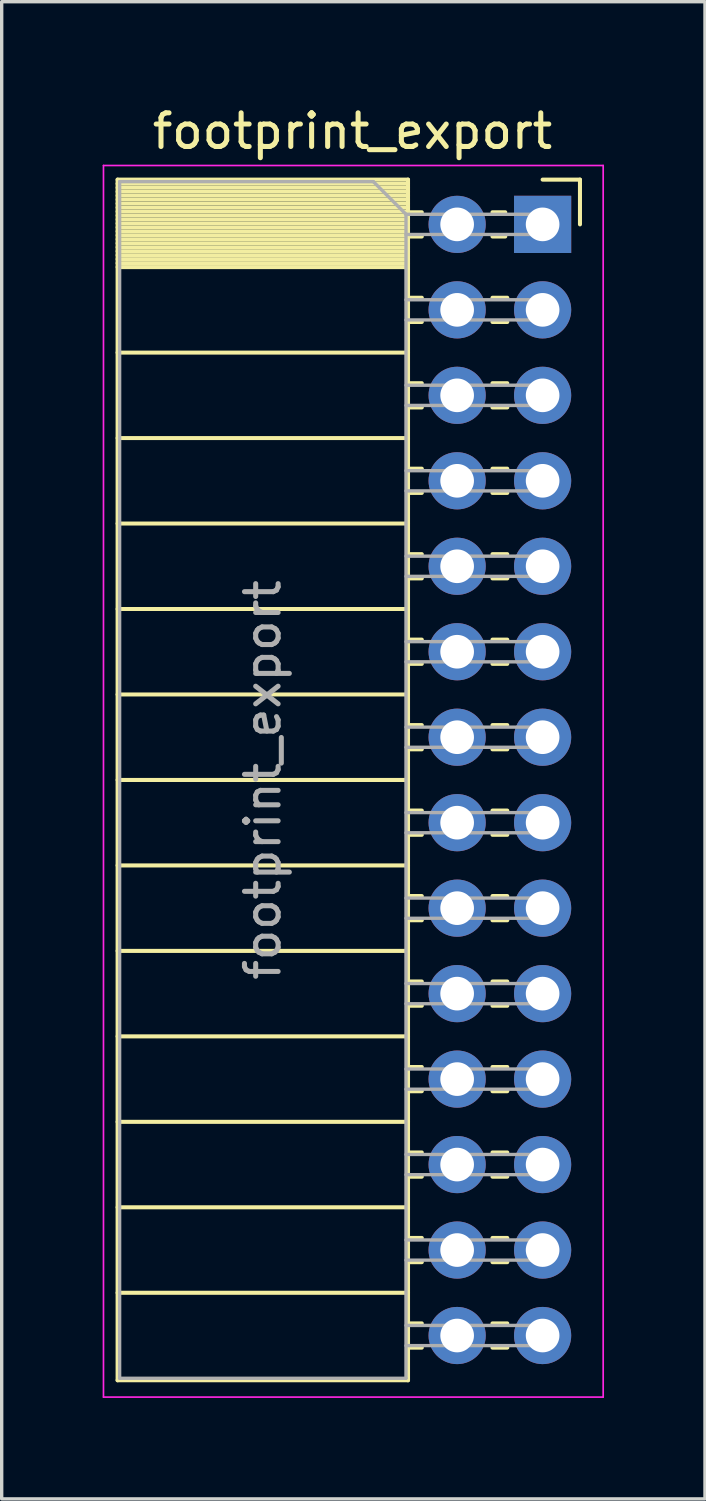
<source format=kicad_pcb>
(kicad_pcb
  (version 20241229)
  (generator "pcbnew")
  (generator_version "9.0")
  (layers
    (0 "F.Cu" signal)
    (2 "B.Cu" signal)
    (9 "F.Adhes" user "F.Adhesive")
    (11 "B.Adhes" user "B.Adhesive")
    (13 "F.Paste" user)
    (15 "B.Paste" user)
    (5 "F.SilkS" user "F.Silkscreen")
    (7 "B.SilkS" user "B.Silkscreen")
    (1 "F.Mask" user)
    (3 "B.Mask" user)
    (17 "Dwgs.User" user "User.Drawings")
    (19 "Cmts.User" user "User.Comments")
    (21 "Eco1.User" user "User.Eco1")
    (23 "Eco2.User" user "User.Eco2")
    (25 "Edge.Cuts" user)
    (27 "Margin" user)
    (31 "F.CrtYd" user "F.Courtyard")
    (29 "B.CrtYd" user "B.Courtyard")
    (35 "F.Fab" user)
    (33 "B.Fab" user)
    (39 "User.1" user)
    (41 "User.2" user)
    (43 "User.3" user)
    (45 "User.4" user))
  (footprint "footprint_export"
    (layer "F.Cu")
    (at 13.075 3.618)
    (property "Reference" "footprint_export" (at -5.65 -2.77 0) (layer "F.SilkS") (effects (font (size 1 1) (thickness 0.15))))
    (attr through_hole)
    (fp_line (start -12.63 -1.33) (end -12.63 34.35) (stroke (width 0.12) (type solid)) (layer "F.SilkS"))
    (fp_line (start -12.63 -1.33) (end -4 -1.33) (stroke (width 0.12) (type solid)) (layer "F.SilkS"))
    (fp_line (start -12.63 -1.21) (end -4 -1.21) (stroke (width 0.12) (type solid)) (layer "F.SilkS"))
    (fp_line (start -12.63 -1.092) (end -4 -1.092) (stroke (width 0.12) (type solid)) (layer "F.SilkS"))
    (fp_line (start -12.63 -0.974) (end -4 -0.974) (stroke (width 0.12) (type solid)) (layer "F.SilkS"))
    (fp_line (start -12.63 -0.856) (end -4 -0.856) (stroke (width 0.12) (type solid)) (layer "F.SilkS"))
    (fp_line (start -12.63 -0.738) (end -4 -0.738) (stroke (width 0.12) (type solid)) (layer "F.SilkS"))
    (fp_line (start -12.63 -0.62) (end -4 -0.62) (stroke (width 0.12) (type solid)) (layer "F.SilkS"))
    (fp_line (start -12.63 -0.501) (end -4 -0.501) (stroke (width 0.12) (type solid)) (layer "F.SilkS"))
    (fp_line (start -12.63 -0.383) (end -4 -0.383) (stroke (width 0.12) (type solid)) (layer "F.SilkS"))
    (fp_line (start -12.63 -0.265) (end -4 -0.265) (stroke (width 0.12) (type solid)) (layer "F.SilkS"))
    (fp_line (start -12.63 -0.147) (end -4 -0.147) (stroke (width 0.12) (type solid)) (layer "F.SilkS"))
    (fp_line (start -12.63 -0.029) (end -4 -0.029) (stroke (width 0.12) (type solid)) (layer "F.SilkS"))
    (fp_line (start -12.63 0.089) (end -4 0.089) (stroke (width 0.12) (type solid)) (layer "F.SilkS"))
    (fp_line (start -12.63 0.207) (end -4 0.207) (stroke (width 0.12) (type solid)) (layer "F.SilkS"))
    (fp_line (start -12.63 0.325) (end -4 0.325) (stroke (width 0.12) (type solid)) (layer "F.SilkS"))
    (fp_line (start -12.63 0.443) (end -4 0.443) (stroke (width 0.12) (type solid)) (layer "F.SilkS"))
    (fp_line (start -12.63 0.561) (end -4 0.561) (stroke (width 0.12) (type solid)) (layer "F.SilkS"))
    (fp_line (start -12.63 0.68) (end -4 0.68) (stroke (width 0.12) (type solid)) (layer "F.SilkS"))
    (fp_line (start -12.63 0.798) (end -4 0.798) (stroke (width 0.12) (type solid)) (layer "F.SilkS"))
    (fp_line (start -12.63 0.916) (end -4 0.916) (stroke (width 0.12) (type solid)) (layer "F.SilkS"))
    (fp_line (start -12.63 1.034) (end -4 1.034) (stroke (width 0.12) (type solid)) (layer "F.SilkS"))
    (fp_line (start -12.63 1.152) (end -4 1.152) (stroke (width 0.12) (type solid)) (layer "F.SilkS"))
    (fp_line (start -12.63 1.27) (end -4 1.27) (stroke (width 0.12) (type solid)) (layer "F.SilkS"))
    (fp_line (start -12.63 3.81) (end -4 3.81) (stroke (width 0.12) (type solid)) (layer "F.SilkS"))
    (fp_line (start -12.63 6.35) (end -4 6.35) (stroke (width 0.12) (type solid)) (layer "F.SilkS"))
    (fp_line (start -12.63 8.89) (end -4 8.89) (stroke (width 0.12) (type solid)) (layer "F.SilkS"))
    (fp_line (start -12.63 11.43) (end -4 11.43) (stroke (width 0.12) (type solid)) (layer "F.SilkS"))
    (fp_line (start -12.63 13.97) (end -4 13.97) (stroke (width 0.12) (type solid)) (layer "F.SilkS"))
    (fp_line (start -12.63 16.51) (end -4 16.51) (stroke (width 0.12) (type solid)) (layer "F.SilkS"))
    (fp_line (start -12.63 19.05) (end -4 19.05) (stroke (width 0.12) (type solid)) (layer "F.SilkS"))
    (fp_line (start -12.63 21.59) (end -4 21.59) (stroke (width 0.12) (type solid)) (layer "F.SilkS"))
    (fp_line (start -12.63 24.13) (end -4 24.13) (stroke (width 0.12) (type solid)) (layer "F.SilkS"))
    (fp_line (start -12.63 26.67) (end -4 26.67) (stroke (width 0.12) (type solid)) (layer "F.SilkS"))
    (fp_line (start -12.63 29.21) (end -4 29.21) (stroke (width 0.12) (type solid)) (layer "F.SilkS"))
    (fp_line (start -12.63 31.75) (end -4 31.75) (stroke (width 0.12) (type solid)) (layer "F.SilkS"))
    (fp_line (start -12.63 34.35) (end -4 34.35) (stroke (width 0.12) (type solid)) (layer "F.SilkS"))
    (fp_line (start -4 -1.33) (end -4 34.35) (stroke (width 0.12) (type solid)) (layer "F.SilkS"))
    (fp_line (start -4 -0.36) (end -3.59 -0.36) (stroke (width 0.12) (type solid)) (layer "F.SilkS"))
    (fp_line (start -4 0.36) (end -3.59 0.36) (stroke (width 0.12) (type solid)) (layer "F.SilkS"))
    (fp_line (start -4 2.18) (end -3.59 2.18) (stroke (width 0.12) (type solid)) (layer "F.SilkS"))
    (fp_line (start -4 2.9) (end -3.59 2.9) (stroke (width 0.12) (type solid)) (layer "F.SilkS"))
    (fp_line (start -4 4.72) (end -3.59 4.72) (stroke (width 0.12) (type solid)) (layer "F.SilkS"))
    (fp_line (start -4 5.44) (end -3.59 5.44) (stroke (width 0.12) (type solid)) (layer "F.SilkS"))
    (fp_line (start -4 7.26) (end -3.59 7.26) (stroke (width 0.12) (type solid)) (layer "F.SilkS"))
    (fp_line (start -4 7.98) (end -3.59 7.98) (stroke (width 0.12) (type solid)) (layer "F.SilkS"))
    (fp_line (start -4 9.8) (end -3.59 9.8) (stroke (width 0.12) (type solid)) (layer "F.SilkS"))
    (fp_line (start -4 10.52) (end -3.59 10.52) (stroke (width 0.12) (type solid)) (layer "F.SilkS"))
    (fp_line (start -4 12.34) (end -3.59 12.34) (stroke (width 0.12) (type solid)) (layer "F.SilkS"))
    (fp_line (start -4 13.06) (end -3.59 13.06) (stroke (width 0.12) (type solid)) (layer "F.SilkS"))
    (fp_line (start -4 14.88) (end -3.59 14.88) (stroke (width 0.12) (type solid)) (layer "F.SilkS"))
    (fp_line (start -4 15.6) (end -3.59 15.6) (stroke (width 0.12) (type solid)) (layer "F.SilkS"))
    (fp_line (start -4 17.42) (end -3.59 17.42) (stroke (width 0.12) (type solid)) (layer "F.SilkS"))
    (fp_line (start -4 18.14) (end -3.59 18.14) (stroke (width 0.12) (type solid)) (layer "F.SilkS"))
    (fp_line (start -4 19.96) (end -3.59 19.96) (stroke (width 0.12) (type solid)) (layer "F.SilkS"))
    (fp_line (start -4 20.68) (end -3.59 20.68) (stroke (width 0.12) (type solid)) (layer "F.SilkS"))
    (fp_line (start -4 22.5) (end -3.59 22.5) (stroke (width 0.12) (type solid)) (layer "F.SilkS"))
    (fp_line (start -4 23.22) (end -3.59 23.22) (stroke (width 0.12) (type solid)) (layer "F.SilkS"))
    (fp_line (start -4 25.04) (end -3.59 25.04) (stroke (width 0.12) (type solid)) (layer "F.SilkS"))
    (fp_line (start -4 25.76) (end -3.59 25.76) (stroke (width 0.12) (type solid)) (layer "F.SilkS"))
    (fp_line (start -4 27.58) (end -3.59 27.58) (stroke (width 0.12) (type solid)) (layer "F.SilkS"))
    (fp_line (start -4 28.3) (end -3.59 28.3) (stroke (width 0.12) (type solid)) (layer "F.SilkS"))
    (fp_line (start -4 30.12) (end -3.59 30.12) (stroke (width 0.12) (type solid)) (layer "F.SilkS"))
    (fp_line (start -4 30.84) (end -3.59 30.84) (stroke (width 0.12) (type solid)) (layer "F.SilkS"))
    (fp_line (start -4 32.66) (end -3.59 32.66) (stroke (width 0.12) (type solid)) (layer "F.SilkS"))
    (fp_line (start -4 33.38) (end -3.59 33.38) (stroke (width 0.12) (type solid)) (layer "F.SilkS"))
    (fp_line (start -1.49 -0.36) (end -1.11 -0.36) (stroke (width 0.12) (type solid)) (layer "F.SilkS"))
    (fp_line (start -1.49 0.36) (end -1.11 0.36) (stroke (width 0.12) (type solid)) (layer "F.SilkS"))
    (fp_line (start -1.49 2.18) (end -1.05 2.18) (stroke (width 0.12) (type solid)) (layer "F.SilkS"))
    (fp_line (start -1.49 2.9) (end -1.05 2.9) (stroke (width 0.12) (type solid)) (layer "F.SilkS"))
    (fp_line (start -1.49 4.72) (end -1.05 4.72) (stroke (width 0.12) (type solid)) (layer "F.SilkS"))
    (fp_line (start -1.49 5.44) (end -1.05 5.44) (stroke (width 0.12) (type solid)) (layer "F.SilkS"))
    (fp_line (start -1.49 7.26) (end -1.05 7.26) (stroke (width 0.12) (type solid)) (layer "F.SilkS"))
    (fp_line (start -1.49 7.98) (end -1.05 7.98) (stroke (width 0.12) (type solid)) (layer "F.SilkS"))
    (fp_line (start -1.49 9.8) (end -1.05 9.8) (stroke (width 0.12) (type solid)) (layer "F.SilkS"))
    (fp_line (start -1.49 10.52) (end -1.05 10.52) (stroke (width 0.12) (type solid)) (layer "F.SilkS"))
    (fp_line (start -1.49 12.34) (end -1.05 12.34) (stroke (width 0.12) (type solid)) (layer "F.SilkS"))
    (fp_line (start -1.49 13.06) (end -1.05 13.06) (stroke (width 0.12) (type solid)) (layer "F.SilkS"))
    (fp_line (start -1.49 14.88) (end -1.05 14.88) (stroke (width 0.12) (type solid)) (layer "F.SilkS"))
    (fp_line (start -1.49 15.6) (end -1.05 15.6) (stroke (width 0.12) (type solid)) (layer "F.SilkS"))
    (fp_line (start -1.49 17.42) (end -1.05 17.42) (stroke (width 0.12) (type solid)) (layer "F.SilkS"))
    (fp_line (start -1.49 18.14) (end -1.05 18.14) (stroke (width 0.12) (type solid)) (layer "F.SilkS"))
    (fp_line (start -1.49 19.96) (end -1.05 19.96) (stroke (width 0.12) (type solid)) (layer "F.SilkS"))
    (fp_line (start -1.49 20.68) (end -1.05 20.68) (stroke (width 0.12) (type solid)) (layer "F.SilkS"))
    (fp_line (start -1.49 22.5) (end -1.05 22.5) (stroke (width 0.12) (type solid)) (layer "F.SilkS"))
    (fp_line (start -1.49 23.22) (end -1.05 23.22) (stroke (width 0.12) (type solid)) (layer "F.SilkS"))
    (fp_line (start -1.49 25.04) (end -1.05 25.04) (stroke (width 0.12) (type solid)) (layer "F.SilkS"))
    (fp_line (start -1.49 25.76) (end -1.05 25.76) (stroke (width 0.12) (type solid)) (layer "F.SilkS"))
    (fp_line (start -1.49 27.58) (end -1.05 27.58) (stroke (width 0.12) (type solid)) (layer "F.SilkS"))
    (fp_line (start -1.49 28.3) (end -1.05 28.3) (stroke (width 0.12) (type solid)) (layer "F.SilkS"))
    (fp_line (start -1.49 30.12) (end -1.05 30.12) (stroke (width 0.12) (type solid)) (layer "F.SilkS"))
    (fp_line (start -1.49 30.84) (end -1.05 30.84) (stroke (width 0.12) (type solid)) (layer "F.SilkS"))
    (fp_line (start -1.49 32.66) (end -1.05 32.66) (stroke (width 0.12) (type solid)) (layer "F.SilkS"))
    (fp_line (start -1.49 33.38) (end -1.05 33.38) (stroke (width 0.12) (type solid)) (layer "F.SilkS"))
    (fp_line (start 0 -1.33) (end 1.11 -1.33) (stroke (width 0.12) (type solid)) (layer "F.SilkS"))
    (fp_line (start 1.11 -1.33) (end 1.11 0) (stroke (width 0.12) (type solid)) (layer "F.SilkS"))
    (fp_line (start -13.05 -1.75) (end -13.05 34.85) (stroke (width 0.05) (type solid)) (layer "F.CrtYd"))
    (fp_line (start -13.05 34.85) (end 1.8 34.85) (stroke (width 0.05) (type solid)) (layer "F.CrtYd"))
    (fp_line (start 1.8 -1.75) (end -13.05 -1.75) (stroke (width 0.05) (type solid)) (layer "F.CrtYd"))
    (fp_line (start 1.8 34.85) (end 1.8 -1.75) (stroke (width 0.05) (type solid)) (layer "F.CrtYd"))
    (fp_line (start -12.57 -1.27) (end -5.03 -1.27) (stroke (width 0.1) (type solid)) (layer "F.Fab"))
    (fp_line (start -12.57 34.29) (end -12.57 -1.27) (stroke (width 0.1) (type solid)) (layer "F.Fab"))
    (fp_line (start -5.03 -1.27) (end -4.06 -0.3) (stroke (width 0.1) (type solid)) (layer "F.Fab"))
    (fp_line (start -4.06 -0.3) (end -4.06 34.29) (stroke (width 0.1) (type solid)) (layer "F.Fab"))
    (fp_line (start -4.06 0.3) (end 0 0.3) (stroke (width 0.1) (type solid)) (layer "F.Fab"))
    (fp_line (start -4.06 2.84) (end 0 2.84) (stroke (width 0.1) (type solid)) (layer "F.Fab"))
    (fp_line (start -4.06 5.38) (end 0 5.38) (stroke (width 0.1) (type solid)) (layer "F.Fab"))
    (fp_line (start -4.06 7.92) (end 0 7.92) (stroke (width 0.1) (type solid)) (layer "F.Fab"))
    (fp_line (start -4.06 10.46) (end 0 10.46) (stroke (width 0.1) (type solid)) (layer "F.Fab"))
    (fp_line (start -4.06 13) (end 0 13) (stroke (width 0.1) (type solid)) (layer "F.Fab"))
    (fp_line (start -4.06 15.54) (end 0 15.54) (stroke (width 0.1) (type solid)) (layer "F.Fab"))
    (fp_line (start -4.06 18.08) (end 0 18.08) (stroke (width 0.1) (type solid)) (layer "F.Fab"))
    (fp_line (start -4.06 20.62) (end 0 20.62) (stroke (width 0.1) (type solid)) (layer "F.Fab"))
    (fp_line (start -4.06 23.16) (end 0 23.16) (stroke (width 0.1) (type solid)) (layer "F.Fab"))
    (fp_line (start -4.06 25.7) (end 0 25.7) (stroke (width 0.1) (type solid)) (layer "F.Fab"))
    (fp_line (start -4.06 28.24) (end 0 28.24) (stroke (width 0.1) (type solid)) (layer "F.Fab"))
    (fp_line (start -4.06 30.78) (end 0 30.78) (stroke (width 0.1) (type solid)) (layer "F.Fab"))
    (fp_line (start -4.06 33.32) (end 0 33.32) (stroke (width 0.1) (type solid)) (layer "F.Fab"))
    (fp_line (start -4.06 34.29) (end -12.57 34.29) (stroke (width 0.1) (type solid)) (layer "F.Fab"))
    (fp_line (start 0 -0.3) (end -4.06 -0.3) (stroke (width 0.1) (type solid)) (layer "F.Fab"))
    (fp_line (start 0 0.3) (end 0 -0.3) (stroke (width 0.1) (type solid)) (layer "F.Fab"))
    (fp_line (start 0 2.24) (end -4.06 2.24) (stroke (width 0.1) (type solid)) (layer "F.Fab"))
    (fp_line (start 0 2.84) (end 0 2.24) (stroke (width 0.1) (type solid)) (layer "F.Fab"))
    (fp_line (start 0 4.78) (end -4.06 4.78) (stroke (width 0.1) (type solid)) (layer "F.Fab"))
    (fp_line (start 0 5.38) (end 0 4.78) (stroke (width 0.1) (type solid)) (layer "F.Fab"))
    (fp_line (start 0 7.32) (end -4.06 7.32) (stroke (width 0.1) (type solid)) (layer "F.Fab"))
    (fp_line (start 0 7.92) (end 0 7.32) (stroke (width 0.1) (type solid)) (layer "F.Fab"))
    (fp_line (start 0 9.86) (end -4.06 9.86) (stroke (width 0.1) (type solid)) (layer "F.Fab"))
    (fp_line (start 0 10.46) (end 0 9.86) (stroke (width 0.1) (type solid)) (layer "F.Fab"))
    (fp_line (start 0 12.4) (end -4.06 12.4) (stroke (width 0.1) (type solid)) (layer "F.Fab"))
    (fp_line (start 0 13) (end 0 12.4) (stroke (width 0.1) (type solid)) (layer "F.Fab"))
    (fp_line (start 0 14.94) (end -4.06 14.94) (stroke (width 0.1) (type solid)) (layer "F.Fab"))
    (fp_line (start 0 15.54) (end 0 14.94) (stroke (width 0.1) (type solid)) (layer "F.Fab"))
    (fp_line (start 0 17.48) (end -4.06 17.48) (stroke (width 0.1) (type solid)) (layer "F.Fab"))
    (fp_line (start 0 18.08) (end 0 17.48) (stroke (width 0.1) (type solid)) (layer "F.Fab"))
    (fp_line (start 0 20.02) (end -4.06 20.02) (stroke (width 0.1) (type solid)) (layer "F.Fab"))
    (fp_line (start 0 20.62) (end 0 20.02) (stroke (width 0.1) (type solid)) (layer "F.Fab"))
    (fp_line (start 0 22.56) (end -4.06 22.56) (stroke (width 0.1) (type solid)) (layer "F.Fab"))
    (fp_line (start 0 23.16) (end 0 22.56) (stroke (width 0.1) (type solid)) (layer "F.Fab"))
    (fp_line (start 0 25.1) (end -4.06 25.1) (stroke (width 0.1) (type solid)) (layer "F.Fab"))
    (fp_line (start 0 25.7) (end 0 25.1) (stroke (width 0.1) (type solid)) (layer "F.Fab"))
    (fp_line (start 0 27.64) (end -4.06 27.64) (stroke (width 0.1) (type solid)) (layer "F.Fab"))
    (fp_line (start 0 28.24) (end 0 27.64) (stroke (width 0.1) (type solid)) (layer "F.Fab"))
    (fp_line (start 0 30.18) (end -4.06 30.18) (stroke (width 0.1) (type solid)) (layer "F.Fab"))
    (fp_line (start 0 30.78) (end 0 30.18) (stroke (width 0.1) (type solid)) (layer "F.Fab"))
    (fp_line (start 0 32.72) (end -4.06 32.72) (stroke (width 0.1) (type solid)) (layer "F.Fab"))
    (fp_line (start 0 33.32) (end 0 32.72) (stroke (width 0.1) (type solid)) (layer "F.Fab"))
    (fp_text user "${REFERENCE}" (at -8.315 16.51 90) (layer "F.Fab") (effects (font (size 1 1) (thickness 0.15))))
    (pad "1" thru_hole rect (at 0 0) (size 1.7 1.7) (drill 1) (layers "*.Cu" "*.Mask"))
    (pad "2" thru_hole oval (at -2.54 0) (size 1.7 1.7) (drill 1) (layers "*.Cu" "*.Mask"))
    (pad "3" thru_hole oval (at 0 2.54) (size 1.7 1.7) (drill 1) (layers "*.Cu" "*.Mask"))
    (pad "4" thru_hole oval (at -2.54 2.54) (size 1.7 1.7) (drill 1) (layers "*.Cu" "*.Mask"))
    (pad "5" thru_hole oval (at 0 5.08) (size 1.7 1.7) (drill 1) (layers "*.Cu" "*.Mask"))
    (pad "6" thru_hole oval (at -2.54 5.08) (size 1.7 1.7) (drill 1) (layers "*.Cu" "*.Mask"))
    (pad "7" thru_hole oval (at 0 7.62) (size 1.7 1.7) (drill 1) (layers "*.Cu" "*.Mask"))
    (pad "8" thru_hole oval (at -2.54 7.62) (size 1.7 1.7) (drill 1) (layers "*.Cu" "*.Mask"))
    (pad "9" thru_hole oval (at 0 10.16) (size 1.7 1.7) (drill 1) (layers "*.Cu" "*.Mask"))
    (pad "10" thru_hole oval (at -2.54 10.16) (size 1.7 1.7) (drill 1) (layers "*.Cu" "*.Mask"))
    (pad "11" thru_hole oval (at 0 12.7) (size 1.7 1.7) (drill 1) (layers "*.Cu" "*.Mask"))
    (pad "12" thru_hole oval (at -2.54 12.7) (size 1.7 1.7) (drill 1) (layers "*.Cu" "*.Mask"))
    (pad "13" thru_hole oval (at 0 15.24) (size 1.7 1.7) (drill 1) (layers "*.Cu" "*.Mask"))
    (pad "14" thru_hole oval (at -2.54 15.24) (size 1.7 1.7) (drill 1) (layers "*.Cu" "*.Mask"))
    (pad "15" thru_hole oval (at 0 17.78) (size 1.7 1.7) (drill 1) (layers "*.Cu" "*.Mask"))
    (pad "16" thru_hole oval (at -2.54 17.78) (size 1.7 1.7) (drill 1) (layers "*.Cu" "*.Mask"))
    (pad "17" thru_hole oval (at 0 20.32) (size 1.7 1.7) (drill 1) (layers "*.Cu" "*.Mask"))
    (pad "18" thru_hole oval (at -2.54 20.32) (size 1.7 1.7) (drill 1) (layers "*.Cu" "*.Mask"))
    (pad "19" thru_hole oval (at 0 22.86) (size 1.7 1.7) (drill 1) (layers "*.Cu" "*.Mask"))
    (pad "20" thru_hole oval (at -2.54 22.86) (size 1.7 1.7) (drill 1) (layers "*.Cu" "*.Mask"))
    (pad "21" thru_hole oval (at 0 25.4) (size 1.7 1.7) (drill 1) (layers "*.Cu" "*.Mask"))
    (pad "22" thru_hole oval (at -2.54 25.4) (size 1.7 1.7) (drill 1) (layers "*.Cu" "*.Mask"))
    (pad "23" thru_hole oval (at 0 27.94) (size 1.7 1.7) (drill 1) (layers "*.Cu" "*.Mask"))
    (pad "24" thru_hole oval (at -2.54 27.94) (size 1.7 1.7) (drill 1) (layers "*.Cu" "*.Mask"))
    (pad "25" thru_hole oval (at 0 30.48) (size 1.7 1.7) (drill 1) (layers "*.Cu" "*.Mask"))
    (pad "26" thru_hole oval (at -2.54 30.48) (size 1.7 1.7) (drill 1) (layers "*.Cu" "*.Mask"))
    (pad "27" thru_hole oval (at 0 33.02) (size 1.7 1.7) (drill 1) (layers "*.Cu" "*.Mask"))
    (pad "28" thru_hole oval (at -2.54 33.02) (size 1.7 1.7) (drill 1) (layers "*.Cu" "*.Mask")))
  (gr_rect
    (start -3 -3)
    (end 17.9 41.493)
    (stroke (width 0.1) (type default))
    (fill no)
    (layer "Edge.Cuts")))
</source>
